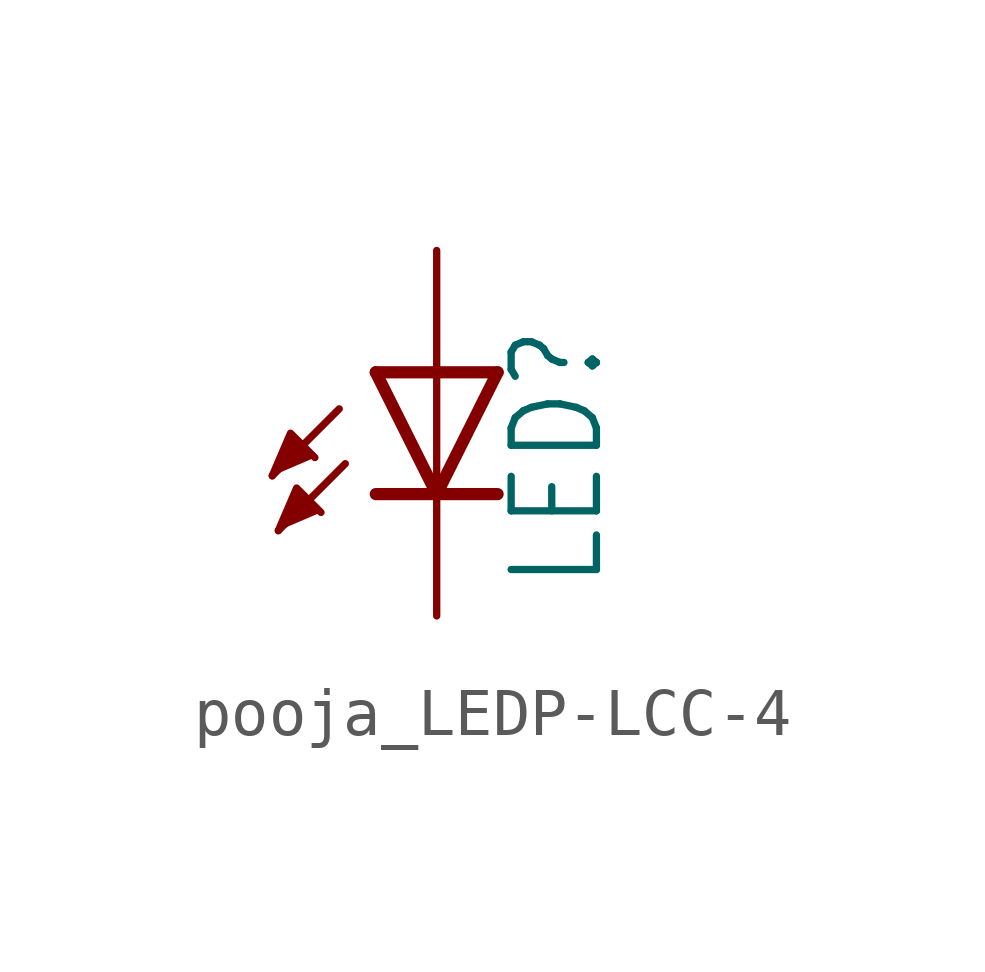
<source format=kicad_sym>
(kicad_symbol_lib
  (version 20220914)
  (generator kicad_symbol_editor)
  (symbol "pooja_LEDP-LCC-4"
    (property "Reference" "LED"
      (at 3.556 -4.572 90)
      (effects (font (size 1.778 1.511)) (justify left bottom)))
    (property "Value" ""
      (at 5.715 -4.572 90)
      (effects (font (size 1.778 1.511)) (justify left bottom)))
    (property "ki_locked" ""
      (at 0 0 0)
      (effects (font (size 1.27 1.27))))
    (symbol "pooja_LEDP-LCC-4_1_0"
      (polyline (pts (xy -2.032 -0.762) (xy -3.429 -2.159)) (stroke (width 0.152) (type solid)) (fill (type none)))
      (polyline (pts (xy -1.905 -1.905) (xy -3.302 -3.302)) (stroke (width 0.152) (type solid)) (fill (type none)))
      (polyline (pts (xy 0 -2.54) (xy -1.27 -2.54)) (stroke (width 0.254) (type solid)) (fill (type none)))
      (polyline (pts (xy 0 -2.54) (xy -1.27 0)) (stroke (width 0.254) (type solid)) (fill (type none)))
      (polyline (pts (xy 0 0) (xy -1.27 0)) (stroke (width 0.254) (type solid)) (fill (type none)))
      (polyline (pts (xy 0 0) (xy 0 -2.54)) (stroke (width 0.152) (type solid)) (fill (type none)))
      (polyline (pts (xy 1.27 -2.54) (xy 0 -2.54)) (stroke (width 0.254) (type solid)) (fill (type none)))
      (polyline (pts (xy 1.27 0) (xy 0 -2.54)) (stroke (width 0.254) (type solid)) (fill (type none)))
      (polyline (pts (xy 1.27 0) (xy 0 0)) (stroke (width 0.254) (type solid)) (fill (type none)))
      (polyline (pts (xy -3.429 -2.159) (xy -3.048 -1.27) (xy -2.54 -1.778)) (stroke (width 0.152) (type solid)) (fill (type outline)))
      (polyline (pts (xy -3.302 -3.302) (xy -2.921 -2.413) (xy -2.413 -2.921)) (stroke (width 0.152) (type solid)) (fill (type outline)))
      (pin passive line (at 0 2.54 270) (length 2.54) (name "A" (effects (font (size 0 0)))) (number "A" (effects (font (size 0 0)))))
      (pin passive line (at 0 -5.08 90) (length 2.54) (name "C" (effects (font (size 0 0)))) (number "C@4" (effects (font (size 0 0))))))))
</source>
